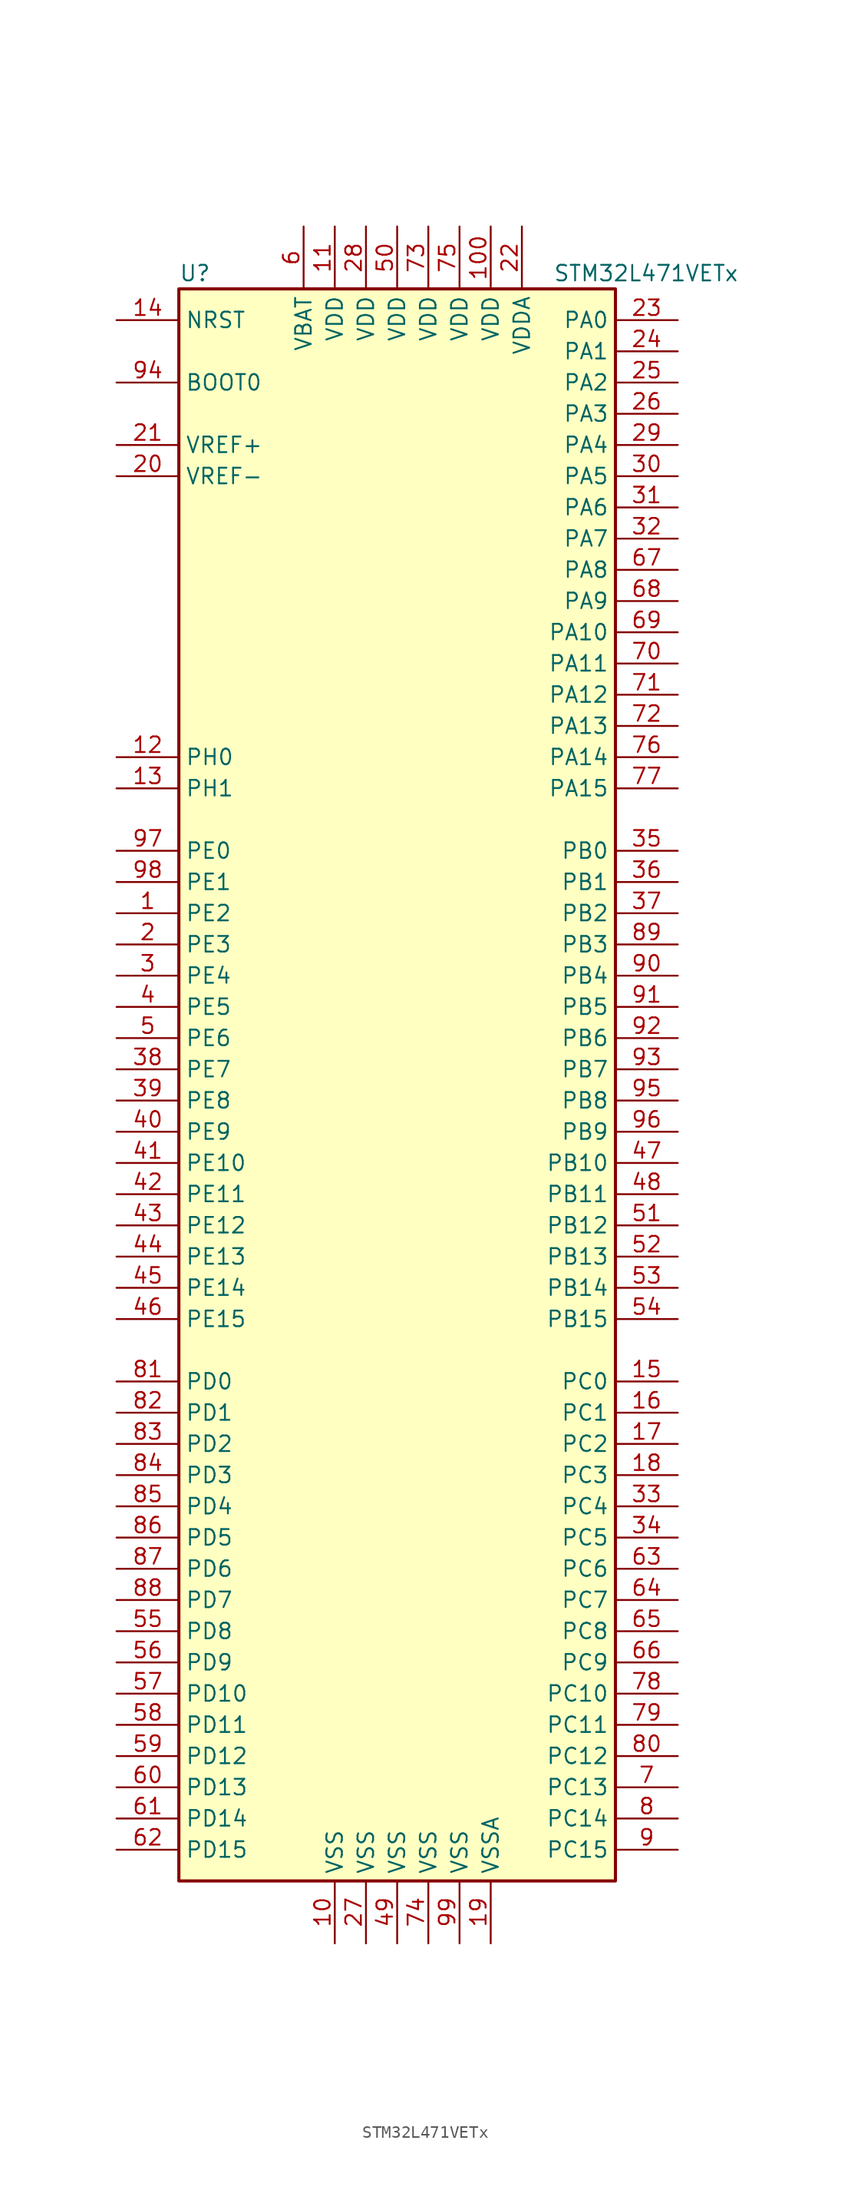
<source format=kicad_sym>
(kicad_symbol_lib
  (version 20211014)
  (generator kicad_symbol_editor)
  (symbol "STM32L471VETx"
    (property "Reference" "U"
      (at -17.78 64.77 0)
      (effects (font (size 1.27 1.27)) (justify left)))
    (property "Value" "STM32L471VETx"
      (at 12.7 64.77 0)
      (effects (font (size 1.27 1.27)) (justify left)))
    (symbol "STM32L471VETx_0_1"
      (rectangle (start -17.78 -66.04) (end 17.78 63.5) (stroke (width 0.254) (type default) (color 0 0 0 0)) (fill (type background))))
    (symbol "STM32L471VETx_1_1"
      (pin bidirectional line (at -22.86 12.7 0) (length 5.08) (name "PE2" (effects (font (size 1.27 1.27)))) (number "1" (effects (font (size 1.27 1.27)))))
      (pin power_in line (at -5.08 -71.12 90) (length 5.08) (name "VSS" (effects (font (size 1.27 1.27)))) (number "10" (effects (font (size 1.27 1.27)))))
      (pin power_in line (at 7.62 68.58 270) (length 5.08) (name "VDD" (effects (font (size 1.27 1.27)))) (number "100" (effects (font (size 1.27 1.27)))))
      (pin power_in line (at -5.08 68.58 270) (length 5.08) (name "VDD" (effects (font (size 1.27 1.27)))) (number "11" (effects (font (size 1.27 1.27)))))
      (pin input line (at -22.86 25.4 0) (length 5.08) (name "PH0" (effects (font (size 1.27 1.27)))) (number "12" (effects (font (size 1.27 1.27)))))
      (pin input line (at -22.86 22.86 0) (length 5.08) (name "PH1" (effects (font (size 1.27 1.27)))) (number "13" (effects (font (size 1.27 1.27)))))
      (pin input line (at -22.86 60.96 0) (length 5.08) (name "NRST" (effects (font (size 1.27 1.27)))) (number "14" (effects (font (size 1.27 1.27)))))
      (pin bidirectional line (at 22.86 -25.4 180) (length 5.08) (name "PC0" (effects (font (size 1.27 1.27)))) (number "15" (effects (font (size 1.27 1.27)))))
      (pin bidirectional line (at 22.86 -27.94 180) (length 5.08) (name "PC1" (effects (font (size 1.27 1.27)))) (number "16" (effects (font (size 1.27 1.27)))))
      (pin bidirectional line (at 22.86 -30.48 180) (length 5.08) (name "PC2" (effects (font (size 1.27 1.27)))) (number "17" (effects (font (size 1.27 1.27)))))
      (pin bidirectional line (at 22.86 -33.02 180) (length 5.08) (name "PC3" (effects (font (size 1.27 1.27)))) (number "18" (effects (font (size 1.27 1.27)))))
      (pin power_in line (at 7.62 -71.12 90) (length 5.08) (name "VSSA" (effects (font (size 1.27 1.27)))) (number "19" (effects (font (size 1.27 1.27)))))
      (pin bidirectional line (at -22.86 10.16 0) (length 5.08) (name "PE3" (effects (font (size 1.27 1.27)))) (number "2" (effects (font (size 1.27 1.27)))))
      (pin power_in line (at -22.86 48.26 0) (length 5.08) (name "VREF-" (effects (font (size 1.27 1.27)))) (number "20" (effects (font (size 1.27 1.27)))))
      (pin bidirectional line (at -22.86 50.8 0) (length 5.08) (name "VREF+" (effects (font (size 1.27 1.27)))) (number "21" (effects (font (size 1.27 1.27)))))
      (pin power_in line (at 10.16 68.58 270) (length 5.08) (name "VDDA" (effects (font (size 1.27 1.27)))) (number "22" (effects (font (size 1.27 1.27)))))
      (pin bidirectional line (at 22.86 60.96 180) (length 5.08) (name "PA0" (effects (font (size 1.27 1.27)))) (number "23" (effects (font (size 1.27 1.27)))))
      (pin bidirectional line (at 22.86 58.42 180) (length 5.08) (name "PA1" (effects (font (size 1.27 1.27)))) (number "24" (effects (font (size 1.27 1.27)))))
      (pin bidirectional line (at 22.86 55.88 180) (length 5.08) (name "PA2" (effects (font (size 1.27 1.27)))) (number "25" (effects (font (size 1.27 1.27)))))
      (pin bidirectional line (at 22.86 53.34 180) (length 5.08) (name "PA3" (effects (font (size 1.27 1.27)))) (number "26" (effects (font (size 1.27 1.27)))))
      (pin power_in line (at -2.54 -71.12 90) (length 5.08) (name "VSS" (effects (font (size 1.27 1.27)))) (number "27" (effects (font (size 1.27 1.27)))))
      (pin power_in line (at -2.54 68.58 270) (length 5.08) (name "VDD" (effects (font (size 1.27 1.27)))) (number "28" (effects (font (size 1.27 1.27)))))
      (pin bidirectional line (at 22.86 50.8 180) (length 5.08) (name "PA4" (effects (font (size 1.27 1.27)))) (number "29" (effects (font (size 1.27 1.27)))))
      (pin bidirectional line (at -22.86 7.62 0) (length 5.08) (name "PE4" (effects (font (size 1.27 1.27)))) (number "3" (effects (font (size 1.27 1.27)))))
      (pin bidirectional line (at 22.86 48.26 180) (length 5.08) (name "PA5" (effects (font (size 1.27 1.27)))) (number "30" (effects (font (size 1.27 1.27)))))
      (pin bidirectional line (at 22.86 45.72 180) (length 5.08) (name "PA6" (effects (font (size 1.27 1.27)))) (number "31" (effects (font (size 1.27 1.27)))))
      (pin bidirectional line (at 22.86 43.18 180) (length 5.08) (name "PA7" (effects (font (size 1.27 1.27)))) (number "32" (effects (font (size 1.27 1.27)))))
      (pin bidirectional line (at 22.86 -35.56 180) (length 5.08) (name "PC4" (effects (font (size 1.27 1.27)))) (number "33" (effects (font (size 1.27 1.27)))))
      (pin bidirectional line (at 22.86 -38.1 180) (length 5.08) (name "PC5" (effects (font (size 1.27 1.27)))) (number "34" (effects (font (size 1.27 1.27)))))
      (pin bidirectional line (at 22.86 17.78 180) (length 5.08) (name "PB0" (effects (font (size 1.27 1.27)))) (number "35" (effects (font (size 1.27 1.27)))))
      (pin bidirectional line (at 22.86 15.24 180) (length 5.08) (name "PB1" (effects (font (size 1.27 1.27)))) (number "36" (effects (font (size 1.27 1.27)))))
      (pin bidirectional line (at 22.86 12.7 180) (length 5.08) (name "PB2" (effects (font (size 1.27 1.27)))) (number "37" (effects (font (size 1.27 1.27)))))
      (pin bidirectional line (at -22.86 0 0) (length 5.08) (name "PE7" (effects (font (size 1.27 1.27)))) (number "38" (effects (font (size 1.27 1.27)))))
      (pin bidirectional line (at -22.86 -2.54 0) (length 5.08) (name "PE8" (effects (font (size 1.27 1.27)))) (number "39" (effects (font (size 1.27 1.27)))))
      (pin bidirectional line (at -22.86 5.08 0) (length 5.08) (name "PE5" (effects (font (size 1.27 1.27)))) (number "4" (effects (font (size 1.27 1.27)))))
      (pin bidirectional line (at -22.86 -5.08 0) (length 5.08) (name "PE9" (effects (font (size 1.27 1.27)))) (number "40" (effects (font (size 1.27 1.27)))))
      (pin bidirectional line (at -22.86 -7.62 0) (length 5.08) (name "PE10" (effects (font (size 1.27 1.27)))) (number "41" (effects (font (size 1.27 1.27)))))
      (pin bidirectional line (at -22.86 -10.16 0) (length 5.08) (name "PE11" (effects (font (size 1.27 1.27)))) (number "42" (effects (font (size 1.27 1.27)))))
      (pin bidirectional line (at -22.86 -12.7 0) (length 5.08) (name "PE12" (effects (font (size 1.27 1.27)))) (number "43" (effects (font (size 1.27 1.27)))))
      (pin bidirectional line (at -22.86 -15.24 0) (length 5.08) (name "PE13" (effects (font (size 1.27 1.27)))) (number "44" (effects (font (size 1.27 1.27)))))
      (pin bidirectional line (at -22.86 -17.78 0) (length 5.08) (name "PE14" (effects (font (size 1.27 1.27)))) (number "45" (effects (font (size 1.27 1.27)))))
      (pin bidirectional line (at -22.86 -20.32 0) (length 5.08) (name "PE15" (effects (font (size 1.27 1.27)))) (number "46" (effects (font (size 1.27 1.27)))))
      (pin bidirectional line (at 22.86 -7.62 180) (length 5.08) (name "PB10" (effects (font (size 1.27 1.27)))) (number "47" (effects (font (size 1.27 1.27)))))
      (pin bidirectional line (at 22.86 -10.16 180) (length 5.08) (name "PB11" (effects (font (size 1.27 1.27)))) (number "48" (effects (font (size 1.27 1.27)))))
      (pin power_in line (at 0 -71.12 90) (length 5.08) (name "VSS" (effects (font (size 1.27 1.27)))) (number "49" (effects (font (size 1.27 1.27)))))
      (pin bidirectional line (at -22.86 2.54 0) (length 5.08) (name "PE6" (effects (font (size 1.27 1.27)))) (number "5" (effects (font (size 1.27 1.27)))))
      (pin power_in line (at 0 68.58 270) (length 5.08) (name "VDD" (effects (font (size 1.27 1.27)))) (number "50" (effects (font (size 1.27 1.27)))))
      (pin bidirectional line (at 22.86 -12.7 180) (length 5.08) (name "PB12" (effects (font (size 1.27 1.27)))) (number "51" (effects (font (size 1.27 1.27)))))
      (pin bidirectional line (at 22.86 -15.24 180) (length 5.08) (name "PB13" (effects (font (size 1.27 1.27)))) (number "52" (effects (font (size 1.27 1.27)))))
      (pin bidirectional line (at 22.86 -17.78 180) (length 5.08) (name "PB14" (effects (font (size 1.27 1.27)))) (number "53" (effects (font (size 1.27 1.27)))))
      (pin bidirectional line (at 22.86 -20.32 180) (length 5.08) (name "PB15" (effects (font (size 1.27 1.27)))) (number "54" (effects (font (size 1.27 1.27)))))
      (pin bidirectional line (at -22.86 -45.72 0) (length 5.08) (name "PD8" (effects (font (size 1.27 1.27)))) (number "55" (effects (font (size 1.27 1.27)))))
      (pin bidirectional line (at -22.86 -48.26 0) (length 5.08) (name "PD9" (effects (font (size 1.27 1.27)))) (number "56" (effects (font (size 1.27 1.27)))))
      (pin bidirectional line (at -22.86 -50.8 0) (length 5.08) (name "PD10" (effects (font (size 1.27 1.27)))) (number "57" (effects (font (size 1.27 1.27)))))
      (pin bidirectional line (at -22.86 -53.34 0) (length 5.08) (name "PD11" (effects (font (size 1.27 1.27)))) (number "58" (effects (font (size 1.27 1.27)))))
      (pin bidirectional line (at -22.86 -55.88 0) (length 5.08) (name "PD12" (effects (font (size 1.27 1.27)))) (number "59" (effects (font (size 1.27 1.27)))))
      (pin power_in line (at -7.62 68.58 270) (length 5.08) (name "VBAT" (effects (font (size 1.27 1.27)))) (number "6" (effects (font (size 1.27 1.27)))))
      (pin bidirectional line (at -22.86 -58.42 0) (length 5.08) (name "PD13" (effects (font (size 1.27 1.27)))) (number "60" (effects (font (size 1.27 1.27)))))
      (pin bidirectional line (at -22.86 -60.96 0) (length 5.08) (name "PD14" (effects (font (size 1.27 1.27)))) (number "61" (effects (font (size 1.27 1.27)))))
      (pin bidirectional line (at -22.86 -63.5 0) (length 5.08) (name "PD15" (effects (font (size 1.27 1.27)))) (number "62" (effects (font (size 1.27 1.27)))))
      (pin bidirectional line (at 22.86 -40.64 180) (length 5.08) (name "PC6" (effects (font (size 1.27 1.27)))) (number "63" (effects (font (size 1.27 1.27)))))
      (pin bidirectional line (at 22.86 -43.18 180) (length 5.08) (name "PC7" (effects (font (size 1.27 1.27)))) (number "64" (effects (font (size 1.27 1.27)))))
      (pin bidirectional line (at 22.86 -45.72 180) (length 5.08) (name "PC8" (effects (font (size 1.27 1.27)))) (number "65" (effects (font (size 1.27 1.27)))))
      (pin bidirectional line (at 22.86 -48.26 180) (length 5.08) (name "PC9" (effects (font (size 1.27 1.27)))) (number "66" (effects (font (size 1.27 1.27)))))
      (pin bidirectional line (at 22.86 40.64 180) (length 5.08) (name "PA8" (effects (font (size 1.27 1.27)))) (number "67" (effects (font (size 1.27 1.27)))))
      (pin bidirectional line (at 22.86 38.1 180) (length 5.08) (name "PA9" (effects (font (size 1.27 1.27)))) (number "68" (effects (font (size 1.27 1.27)))))
      (pin bidirectional line (at 22.86 35.56 180) (length 5.08) (name "PA10" (effects (font (size 1.27 1.27)))) (number "69" (effects (font (size 1.27 1.27)))))
      (pin bidirectional line (at 22.86 -58.42 180) (length 5.08) (name "PC13" (effects (font (size 1.27 1.27)))) (number "7" (effects (font (size 1.27 1.27)))))
      (pin bidirectional line (at 22.86 33.02 180) (length 5.08) (name "PA11" (effects (font (size 1.27 1.27)))) (number "70" (effects (font (size 1.27 1.27)))))
      (pin bidirectional line (at 22.86 30.48 180) (length 5.08) (name "PA12" (effects (font (size 1.27 1.27)))) (number "71" (effects (font (size 1.27 1.27)))))
      (pin bidirectional line (at 22.86 27.94 180) (length 5.08) (name "PA13" (effects (font (size 1.27 1.27)))) (number "72" (effects (font (size 1.27 1.27)))))
      (pin power_in line (at 2.54 68.58 270) (length 5.08) (name "VDD" (effects (font (size 1.27 1.27)))) (number "73" (effects (font (size 1.27 1.27)))))
      (pin power_in line (at 2.54 -71.12 90) (length 5.08) (name "VSS" (effects (font (size 1.27 1.27)))) (number "74" (effects (font (size 1.27 1.27)))))
      (pin power_in line (at 5.08 68.58 270) (length 5.08) (name "VDD" (effects (font (size 1.27 1.27)))) (number "75" (effects (font (size 1.27 1.27)))))
      (pin bidirectional line (at 22.86 25.4 180) (length 5.08) (name "PA14" (effects (font (size 1.27 1.27)))) (number "76" (effects (font (size 1.27 1.27)))))
      (pin bidirectional line (at 22.86 22.86 180) (length 5.08) (name "PA15" (effects (font (size 1.27 1.27)))) (number "77" (effects (font (size 1.27 1.27)))))
      (pin bidirectional line (at 22.86 -50.8 180) (length 5.08) (name "PC10" (effects (font (size 1.27 1.27)))) (number "78" (effects (font (size 1.27 1.27)))))
      (pin bidirectional line (at 22.86 -53.34 180) (length 5.08) (name "PC11" (effects (font (size 1.27 1.27)))) (number "79" (effects (font (size 1.27 1.27)))))
      (pin bidirectional line (at 22.86 -60.96 180) (length 5.08) (name "PC14" (effects (font (size 1.27 1.27)))) (number "8" (effects (font (size 1.27 1.27)))))
      (pin bidirectional line (at 22.86 -55.88 180) (length 5.08) (name "PC12" (effects (font (size 1.27 1.27)))) (number "80" (effects (font (size 1.27 1.27)))))
      (pin bidirectional line (at -22.86 -25.4 0) (length 5.08) (name "PD0" (effects (font (size 1.27 1.27)))) (number "81" (effects (font (size 1.27 1.27)))))
      (pin bidirectional line (at -22.86 -27.94 0) (length 5.08) (name "PD1" (effects (font (size 1.27 1.27)))) (number "82" (effects (font (size 1.27 1.27)))))
      (pin bidirectional line (at -22.86 -30.48 0) (length 5.08) (name "PD2" (effects (font (size 1.27 1.27)))) (number "83" (effects (font (size 1.27 1.27)))))
      (pin bidirectional line (at -22.86 -33.02 0) (length 5.08) (name "PD3" (effects (font (size 1.27 1.27)))) (number "84" (effects (font (size 1.27 1.27)))))
      (pin bidirectional line (at -22.86 -35.56 0) (length 5.08) (name "PD4" (effects (font (size 1.27 1.27)))) (number "85" (effects (font (size 1.27 1.27)))))
      (pin bidirectional line (at -22.86 -38.1 0) (length 5.08) (name "PD5" (effects (font (size 1.27 1.27)))) (number "86" (effects (font (size 1.27 1.27)))))
      (pin bidirectional line (at -22.86 -40.64 0) (length 5.08) (name "PD6" (effects (font (size 1.27 1.27)))) (number "87" (effects (font (size 1.27 1.27)))))
      (pin bidirectional line (at -22.86 -43.18 0) (length 5.08) (name "PD7" (effects (font (size 1.27 1.27)))) (number "88" (effects (font (size 1.27 1.27)))))
      (pin bidirectional line (at 22.86 10.16 180) (length 5.08) (name "PB3" (effects (font (size 1.27 1.27)))) (number "89" (effects (font (size 1.27 1.27)))))
      (pin bidirectional line (at 22.86 -63.5 180) (length 5.08) (name "PC15" (effects (font (size 1.27 1.27)))) (number "9" (effects (font (size 1.27 1.27)))))
      (pin bidirectional line (at 22.86 7.62 180) (length 5.08) (name "PB4" (effects (font (size 1.27 1.27)))) (number "90" (effects (font (size 1.27 1.27)))))
      (pin bidirectional line (at 22.86 5.08 180) (length 5.08) (name "PB5" (effects (font (size 1.27 1.27)))) (number "91" (effects (font (size 1.27 1.27)))))
      (pin bidirectional line (at 22.86 2.54 180) (length 5.08) (name "PB6" (effects (font (size 1.27 1.27)))) (number "92" (effects (font (size 1.27 1.27)))))
      (pin bidirectional line (at 22.86 0 180) (length 5.08) (name "PB7" (effects (font (size 1.27 1.27)))) (number "93" (effects (font (size 1.27 1.27)))))
      (pin input line (at -22.86 55.88 0) (length 5.08) (name "BOOT0" (effects (font (size 1.27 1.27)))) (number "94" (effects (font (size 1.27 1.27)))))
      (pin bidirectional line (at 22.86 -2.54 180) (length 5.08) (name "PB8" (effects (font (size 1.27 1.27)))) (number "95" (effects (font (size 1.27 1.27)))))
      (pin bidirectional line (at 22.86 -5.08 180) (length 5.08) (name "PB9" (effects (font (size 1.27 1.27)))) (number "96" (effects (font (size 1.27 1.27)))))
      (pin bidirectional line (at -22.86 17.78 0) (length 5.08) (name "PE0" (effects (font (size 1.27 1.27)))) (number "97" (effects (font (size 1.27 1.27)))))
      (pin bidirectional line (at -22.86 15.24 0) (length 5.08) (name "PE1" (effects (font (size 1.27 1.27)))) (number "98" (effects (font (size 1.27 1.27)))))
      (pin power_in line (at 5.08 -71.12 90) (length 5.08) (name "VSS" (effects (font (size 1.27 1.27)))) (number "99" (effects (font (size 1.27 1.27))))))))
</source>
